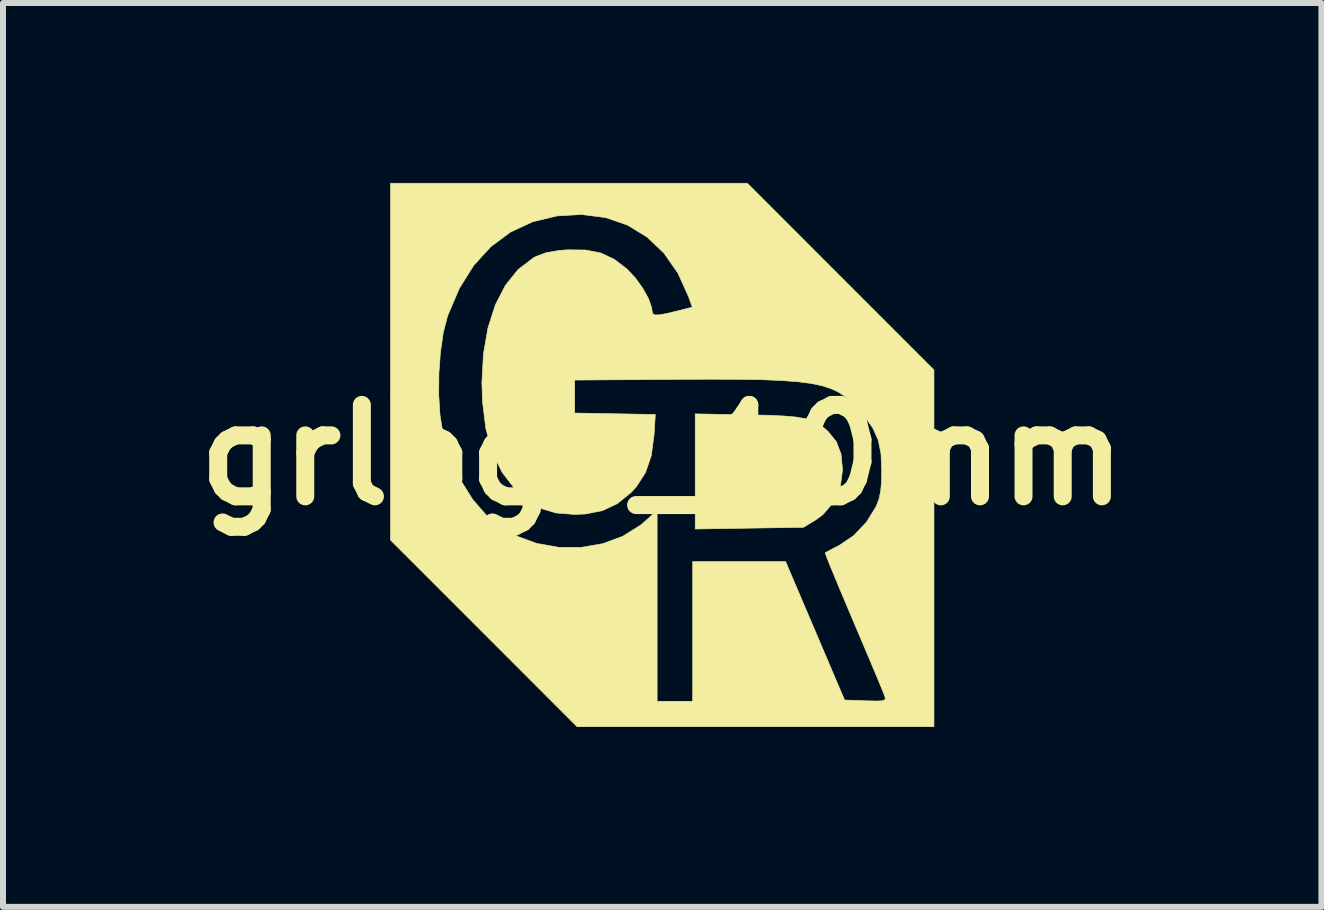
<source format=kicad_pcb>
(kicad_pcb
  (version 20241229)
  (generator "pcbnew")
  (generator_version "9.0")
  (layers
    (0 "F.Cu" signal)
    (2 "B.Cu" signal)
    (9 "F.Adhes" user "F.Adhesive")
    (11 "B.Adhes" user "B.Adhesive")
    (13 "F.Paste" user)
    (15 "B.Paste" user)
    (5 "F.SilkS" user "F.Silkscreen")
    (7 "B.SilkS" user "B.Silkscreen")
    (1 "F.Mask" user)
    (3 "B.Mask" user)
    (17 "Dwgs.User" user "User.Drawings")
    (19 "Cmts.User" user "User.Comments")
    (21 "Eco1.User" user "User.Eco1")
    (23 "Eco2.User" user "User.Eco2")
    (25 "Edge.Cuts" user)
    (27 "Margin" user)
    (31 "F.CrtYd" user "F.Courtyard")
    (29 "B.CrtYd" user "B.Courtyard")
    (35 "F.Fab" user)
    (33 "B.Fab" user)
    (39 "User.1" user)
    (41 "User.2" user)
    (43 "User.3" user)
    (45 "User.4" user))
  (footprint "grlogo_10mm"
    (layer "F.Cu")
    (at 7.99 4.535)
    (property "Reference" "grlogo_10mm" (at 0 0 0) (layer "F.SilkS") (effects (font (size 1.524 1.524) (thickness 0.3))))
    (attr through_hole)
    (fp_poly (pts (xy 1.429 -0.669) (xy 1.764 -0.662) (xy 2.027 -0.65) (xy 2.231 -0.632) (xy 2.388 -0.605) (xy 2.512 -0.567) (xy 2.614 -0.514) (xy 2.707 -0.444) (xy 2.767 -0.389) (xy 2.904 -0.22) (xy 2.981 -0.014) (xy 3.006 0.244) (xy 3.006 0.248) (xy 2.968 0.533) (xy 2.858 0.785) (xy 2.682 0.991) (xy 2.563 1.079) (xy 2.356 1.206) (xy 1.453 1.22) (xy 0.55 1.234) (xy 0.55 -0.685) (xy 1.429 -0.669)) (stroke (width 0.01) (type solid)) (fill yes) (layer "F.SilkS"))
    (fp_poly (pts (xy 2.974 -2.974) (xy 4.53 -1.418) (xy 4.53 4.53) (xy -1.419 4.53) (xy -2.974 2.974) (xy -4.53 1.418) (xy -4.53 -1.006) (xy -3.726 -1.006) (xy -3.705 -0.67) (xy -3.662 -0.396) (xy -3.541 0.02) (xy -3.37 0.406) (xy -3.157 0.746) (xy -2.912 1.027) (xy -2.77 1.149) (xy -2.45 1.343) (xy -2.098 1.473) (xy -1.729 1.539) (xy -1.357 1.541) (xy -0.995 1.48) (xy -0.657 1.355) (xy -0.359 1.168) (xy -0.278 1.099) (xy -0.085 0.921) (xy -0.085 4.106) (xy 0.508 4.106) (xy 0.508 1.778) (xy 2.057 1.778) (xy 2.549 2.932) (xy 3.04 4.085) (xy 3.388 4.098) (xy 3.559 4.102) (xy 3.66 4.099) (xy 3.709 4.084) (xy 3.719 4.056) (xy 3.714 4.034) (xy 3.693 3.977) (xy 3.642 3.852) (xy 3.567 3.671) (xy 3.471 3.443) (xy 3.359 3.178) (xy 3.236 2.888) (xy 3.199 2.8) (xy 3.075 2.508) (xy 2.963 2.242) (xy 2.868 2.013) (xy 2.792 1.829) (xy 2.741 1.7) (xy 2.718 1.636) (xy 2.718 1.63) (xy 2.759 1.607) (xy 2.854 1.557) (xy 2.945 1.511) (xy 3.19 1.346) (xy 3.404 1.121) (xy 3.565 0.861) (xy 3.568 0.854) (xy 3.615 0.731) (xy 3.643 0.595) (xy 3.657 0.422) (xy 3.659 0.254) (xy 3.647 -0.023) (xy 3.602 -0.247) (xy 3.512 -0.447) (xy 3.369 -0.65) (xy 3.254 -0.781) (xy 3.154 -0.885) (xy 3.051 -0.973) (xy 2.939 -1.047) (xy 2.811 -1.107) (xy 2.658 -1.156) (xy 2.474 -1.194) (xy 2.25 -1.222) (xy 1.98 -1.242) (xy 1.656 -1.255) (xy 1.271 -1.261) (xy 0.817 -1.263) (xy 0.286 -1.261) (xy 0.212 -1.26) (xy -1.46 -1.249) (xy -1.46 -0.699) (xy -0.115 -0.675) (xy -0.137 -0.326) (xy -0.183 0.013) (xy -0.279 0.293) (xy -0.43 0.528) (xy -0.521 0.627) (xy -0.75 0.812) (xy -0.997 0.928) (xy -1.282 0.984) (xy -1.46 0.991) (xy -1.769 0.967) (xy -2.028 0.889) (xy -2.259 0.749) (xy -2.456 0.567) (xy -2.671 0.286) (xy -2.832 -0.048) (xy -2.94 -0.438) (xy -2.996 -0.89) (xy -3.006 -1.206) (xy -2.98 -1.687) (xy -2.904 -2.122) (xy -2.781 -2.505) (xy -2.613 -2.83) (xy -2.403 -3.091) (xy -2.152 -3.283) (xy -2.105 -3.309) (xy -1.937 -3.372) (xy -1.718 -3.41) (xy -1.582 -3.42) (xy -1.277 -3.417) (xy -1.023 -3.367) (xy -0.798 -3.261) (xy -0.587 -3.099) (xy -0.447 -2.95) (xy -0.323 -2.777) (xy -0.227 -2.604) (xy -0.175 -2.452) (xy -0.17 -2.402) (xy -0.159 -2.356) (xy -0.117 -2.334) (xy -0.032 -2.338) (xy 0.113 -2.367) (xy 0.231 -2.396) (xy 0.501 -2.464) (xy 0.442 -2.632) (xy 0.262 -3.031) (xy 0.029 -3.365) (xy -0.252 -3.633) (xy -0.578 -3.832) (xy -0.943 -3.958) (xy -1.343 -4.009) (xy -1.748 -3.986) (xy -2.157 -3.889) (xy -2.528 -3.717) (xy -2.857 -3.473) (xy -3.143 -3.16) (xy -3.382 -2.778) (xy -3.573 -2.331) (xy -3.581 -2.307) (xy -3.65 -2.04) (xy -3.697 -1.717) (xy -3.723 -1.364) (xy -3.726 -1.006) (xy -4.53 -1.006) (xy -4.53 -4.53) (xy 1.419 -4.53) (xy 2.974 -2.974)) (stroke (width 0.01) (type solid)) (fill yes) (layer "F.SilkS")))
  (gr_rect
    (start -3 -3)
    (end 18.98 12.069)
    (stroke (width 0.1) (type default))
    (fill no)
    (layer "Edge.Cuts")))
</source>
